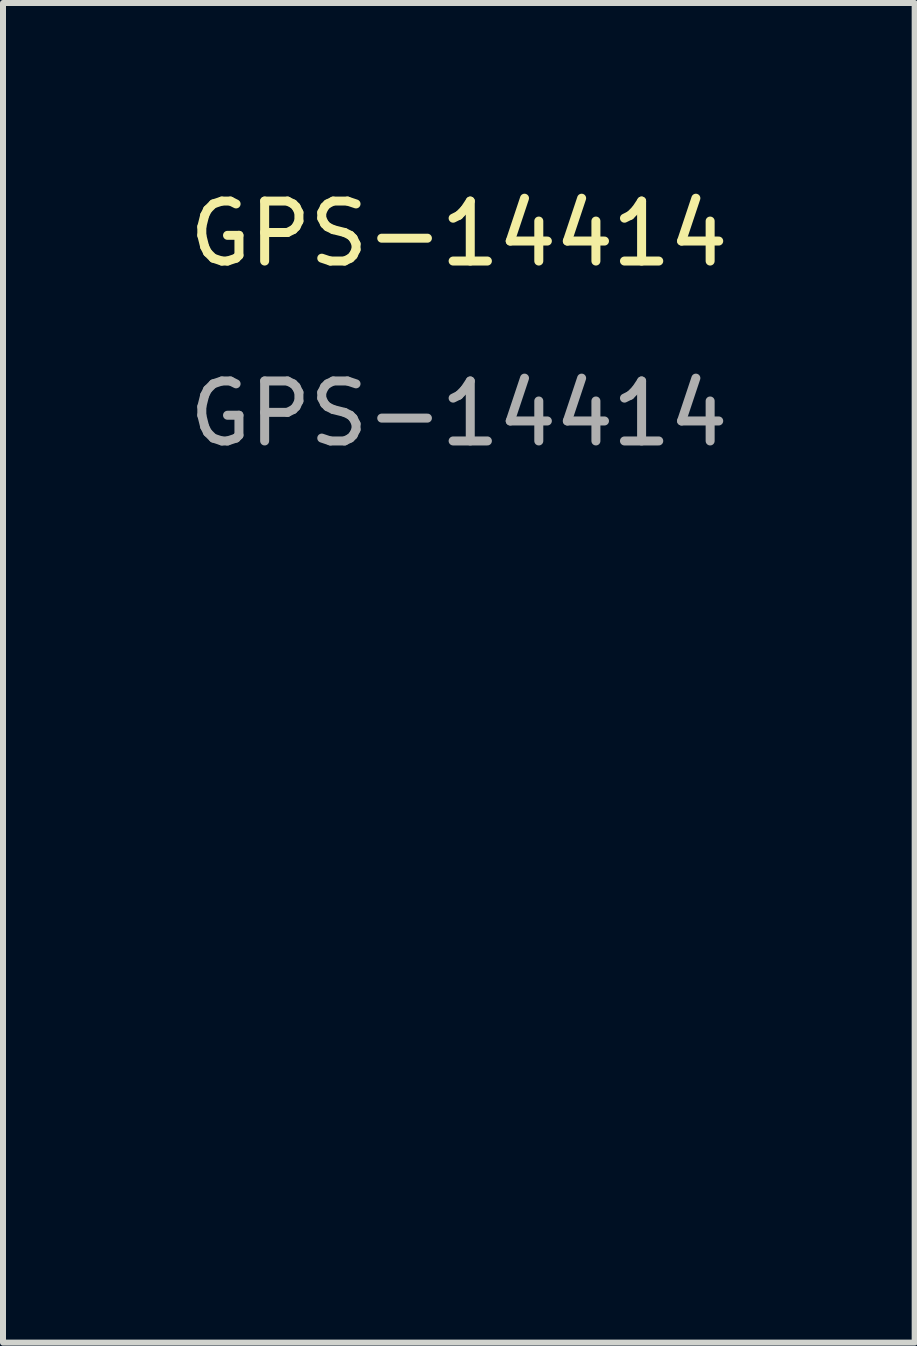
<source format=kicad_pcb>
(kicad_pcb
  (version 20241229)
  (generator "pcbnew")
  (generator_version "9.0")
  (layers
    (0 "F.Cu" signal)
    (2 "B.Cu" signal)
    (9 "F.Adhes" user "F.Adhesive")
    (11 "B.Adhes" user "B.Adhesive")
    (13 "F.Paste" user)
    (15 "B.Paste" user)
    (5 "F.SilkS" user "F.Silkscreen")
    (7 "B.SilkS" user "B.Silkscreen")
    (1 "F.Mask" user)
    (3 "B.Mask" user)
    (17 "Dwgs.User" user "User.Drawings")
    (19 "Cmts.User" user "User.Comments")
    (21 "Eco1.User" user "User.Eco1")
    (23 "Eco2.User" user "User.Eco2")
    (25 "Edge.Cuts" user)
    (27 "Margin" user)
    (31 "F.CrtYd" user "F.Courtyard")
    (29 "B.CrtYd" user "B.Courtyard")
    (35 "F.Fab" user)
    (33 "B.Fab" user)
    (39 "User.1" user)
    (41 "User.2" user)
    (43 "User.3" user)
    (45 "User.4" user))
  (footprint "GPS-14414"
    (layer "F.Cu")
    (at 4.601 16.088)
    (property "Reference" "GPS-14414" (at 0 -15.24 0) (unlocked yes) (layer "F.SilkS") (effects (font (size 1 1) (thickness 0.15))))
    (attr smd)
    (fp_text user "${REFERENCE}" (at 0 -12.24 0) (unlocked yes) (layer "F.Fab") (effects (font (size 1 1) (thickness 0.15)))))
  (gr_rect
    (start -3 -3)
    (end 12.202 19.338)
    (stroke (width 0.1) (type default))
    (fill no)
    (layer "Edge.Cuts")))
</source>
